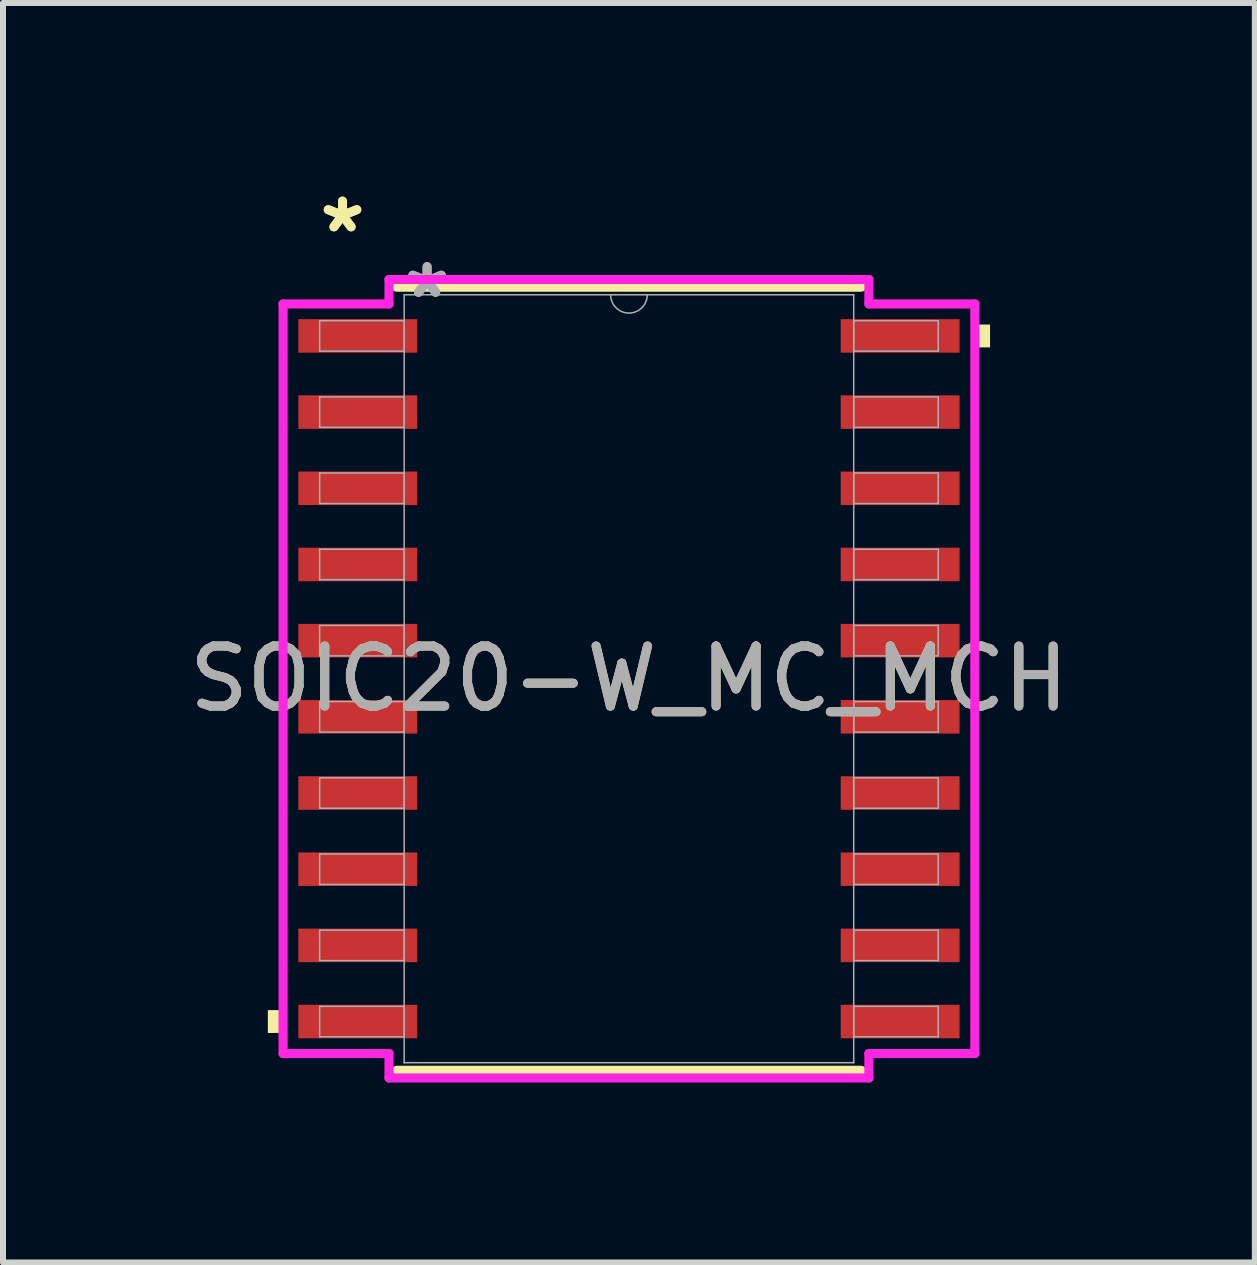
<source format=kicad_pcb>
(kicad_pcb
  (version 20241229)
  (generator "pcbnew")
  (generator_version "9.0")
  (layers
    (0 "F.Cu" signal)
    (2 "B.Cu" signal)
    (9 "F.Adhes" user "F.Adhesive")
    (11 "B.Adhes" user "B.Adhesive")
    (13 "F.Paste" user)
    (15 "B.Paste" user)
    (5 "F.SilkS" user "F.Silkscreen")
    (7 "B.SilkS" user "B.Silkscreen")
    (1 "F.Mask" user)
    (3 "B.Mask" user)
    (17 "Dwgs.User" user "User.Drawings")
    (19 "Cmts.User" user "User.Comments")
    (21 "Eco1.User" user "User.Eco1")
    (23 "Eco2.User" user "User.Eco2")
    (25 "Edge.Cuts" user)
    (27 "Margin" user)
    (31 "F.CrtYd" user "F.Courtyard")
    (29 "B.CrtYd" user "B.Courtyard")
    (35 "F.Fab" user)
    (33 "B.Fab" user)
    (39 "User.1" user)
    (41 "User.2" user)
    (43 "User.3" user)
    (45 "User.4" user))
  (footprint "SOIC20-W_MC_MCH"
    (layer "F.Cu")
    (at 7.435 8.265)
    (property "Reference" "SOIC20-W_MC_MCH" (at 0 0 0) (unlocked yes) (layer "F.SilkS") (effects (font (size 1 1) (thickness 0.15))))
    (attr smd)
    (fp_line (start -3.873 6.528) (end 3.873 6.528) (stroke (width 0.152) (type solid)) (layer "F.SilkS"))
    (fp_line (start 3.873 -6.528) (end -3.873 -6.528) (stroke (width 0.152) (type solid)) (layer "F.SilkS"))
    (fp_poly (pts (xy -6.02 5.524) (xy -6.02 5.905) (xy -5.766 5.905) (xy -5.766 5.524)) (stroke (width 0) (type solid)) (fill yes) (layer "F.SilkS"))
    (fp_poly (pts (xy 6.02 -5.905) (xy 6.02 -5.524) (xy 5.766 -5.524) (xy 5.766 -5.905)) (stroke (width 0) (type solid)) (fill yes) (layer "F.SilkS"))
    (fp_line (start -5.766 -6.248) (end -4 -6.248) (stroke (width 0.152) (type solid)) (layer "F.CrtYd"))
    (fp_line (start -5.766 6.248) (end -5.766 -6.248) (stroke (width 0.152) (type solid)) (layer "F.CrtYd"))
    (fp_line (start -5.766 6.248) (end -4 6.248) (stroke (width 0.152) (type solid)) (layer "F.CrtYd"))
    (fp_line (start -4 -6.655) (end 4 -6.655) (stroke (width 0.152) (type solid)) (layer "F.CrtYd"))
    (fp_line (start -4 -6.248) (end -4 -6.655) (stroke (width 0.152) (type solid)) (layer "F.CrtYd"))
    (fp_line (start -4 6.655) (end -4 6.248) (stroke (width 0.152) (type solid)) (layer "F.CrtYd"))
    (fp_line (start 4 -6.655) (end 4 -6.248) (stroke (width 0.152) (type solid)) (layer "F.CrtYd"))
    (fp_line (start 4 6.248) (end 4 6.655) (stroke (width 0.152) (type solid)) (layer "F.CrtYd"))
    (fp_line (start 4 6.655) (end -4 6.655) (stroke (width 0.152) (type solid)) (layer "F.CrtYd"))
    (fp_line (start 5.766 -6.248) (end 4 -6.248) (stroke (width 0.152) (type solid)) (layer "F.CrtYd"))
    (fp_line (start 5.766 -6.248) (end 5.766 6.248) (stroke (width 0.152) (type solid)) (layer "F.CrtYd"))
    (fp_line (start 5.766 6.248) (end 4 6.248) (stroke (width 0.152) (type solid)) (layer "F.CrtYd"))
    (fp_line (start -5.156 -5.969) (end -5.156 -5.461) (stroke (width 0.025) (type solid)) (layer "F.Fab"))
    (fp_line (start -5.156 -5.461) (end -3.747 -5.461) (stroke (width 0.025) (type solid)) (layer "F.Fab"))
    (fp_line (start -5.156 -4.699) (end -5.156 -4.191) (stroke (width 0.025) (type solid)) (layer "F.Fab"))
    (fp_line (start -5.156 -4.191) (end -3.747 -4.191) (stroke (width 0.025) (type solid)) (layer "F.Fab"))
    (fp_line (start -5.156 -3.429) (end -5.156 -2.921) (stroke (width 0.025) (type solid)) (layer "F.Fab"))
    (fp_line (start -5.156 -2.921) (end -3.747 -2.921) (stroke (width 0.025) (type solid)) (layer "F.Fab"))
    (fp_line (start -5.156 -2.159) (end -5.156 -1.651) (stroke (width 0.025) (type solid)) (layer "F.Fab"))
    (fp_line (start -5.156 -1.651) (end -3.747 -1.651) (stroke (width 0.025) (type solid)) (layer "F.Fab"))
    (fp_line (start -5.156 -0.889) (end -5.156 -0.381) (stroke (width 0.025) (type solid)) (layer "F.Fab"))
    (fp_line (start -5.156 -0.381) (end -3.747 -0.381) (stroke (width 0.025) (type solid)) (layer "F.Fab"))
    (fp_line (start -5.156 0.381) (end -5.156 0.889) (stroke (width 0.025) (type solid)) (layer "F.Fab"))
    (fp_line (start -5.156 0.889) (end -3.747 0.889) (stroke (width 0.025) (type solid)) (layer "F.Fab"))
    (fp_line (start -5.156 1.651) (end -5.156 2.159) (stroke (width 0.025) (type solid)) (layer "F.Fab"))
    (fp_line (start -5.156 2.159) (end -3.747 2.159) (stroke (width 0.025) (type solid)) (layer "F.Fab"))
    (fp_line (start -5.156 2.921) (end -5.156 3.429) (stroke (width 0.025) (type solid)) (layer "F.Fab"))
    (fp_line (start -5.156 3.429) (end -3.747 3.429) (stroke (width 0.025) (type solid)) (layer "F.Fab"))
    (fp_line (start -5.156 4.191) (end -5.156 4.699) (stroke (width 0.025) (type solid)) (layer "F.Fab"))
    (fp_line (start -5.156 4.699) (end -3.747 4.699) (stroke (width 0.025) (type solid)) (layer "F.Fab"))
    (fp_line (start -5.156 5.461) (end -5.156 5.969) (stroke (width 0.025) (type solid)) (layer "F.Fab"))
    (fp_line (start -5.156 5.969) (end -3.747 5.969) (stroke (width 0.025) (type solid)) (layer "F.Fab"))
    (fp_line (start -3.747 -6.401) (end -3.747 6.401) (stroke (width 0.025) (type solid)) (layer "F.Fab"))
    (fp_line (start -3.747 -5.969) (end -5.156 -5.969) (stroke (width 0.025) (type solid)) (layer "F.Fab"))
    (fp_line (start -3.747 -5.461) (end -3.747 -5.969) (stroke (width 0.025) (type solid)) (layer "F.Fab"))
    (fp_line (start -3.747 -4.699) (end -5.156 -4.699) (stroke (width 0.025) (type solid)) (layer "F.Fab"))
    (fp_line (start -3.747 -4.191) (end -3.747 -4.699) (stroke (width 0.025) (type solid)) (layer "F.Fab"))
    (fp_line (start -3.747 -3.429) (end -5.156 -3.429) (stroke (width 0.025) (type solid)) (layer "F.Fab"))
    (fp_line (start -3.747 -2.921) (end -3.747 -3.429) (stroke (width 0.025) (type solid)) (layer "F.Fab"))
    (fp_line (start -3.747 -2.159) (end -5.156 -2.159) (stroke (width 0.025) (type solid)) (layer "F.Fab"))
    (fp_line (start -3.747 -1.651) (end -3.747 -2.159) (stroke (width 0.025) (type solid)) (layer "F.Fab"))
    (fp_line (start -3.747 -0.889) (end -5.156 -0.889) (stroke (width 0.025) (type solid)) (layer "F.Fab"))
    (fp_line (start -3.747 -0.381) (end -3.747 -0.889) (stroke (width 0.025) (type solid)) (layer "F.Fab"))
    (fp_line (start -3.747 0.381) (end -5.156 0.381) (stroke (width 0.025) (type solid)) (layer "F.Fab"))
    (fp_line (start -3.747 0.889) (end -3.747 0.381) (stroke (width 0.025) (type solid)) (layer "F.Fab"))
    (fp_line (start -3.747 1.651) (end -5.156 1.651) (stroke (width 0.025) (type solid)) (layer "F.Fab"))
    (fp_line (start -3.747 2.159) (end -3.747 1.651) (stroke (width 0.025) (type solid)) (layer "F.Fab"))
    (fp_line (start -3.747 2.921) (end -5.156 2.921) (stroke (width 0.025) (type solid)) (layer "F.Fab"))
    (fp_line (start -3.747 3.429) (end -3.747 2.921) (stroke (width 0.025) (type solid)) (layer "F.Fab"))
    (fp_line (start -3.747 4.191) (end -5.156 4.191) (stroke (width 0.025) (type solid)) (layer "F.Fab"))
    (fp_line (start -3.747 4.699) (end -3.747 4.191) (stroke (width 0.025) (type solid)) (layer "F.Fab"))
    (fp_line (start -3.747 5.461) (end -5.156 5.461) (stroke (width 0.025) (type solid)) (layer "F.Fab"))
    (fp_line (start -3.747 5.969) (end -3.747 5.461) (stroke (width 0.025) (type solid)) (layer "F.Fab"))
    (fp_line (start -3.747 6.401) (end 3.747 6.401) (stroke (width 0.025) (type solid)) (layer "F.Fab"))
    (fp_line (start 3.747 -6.401) (end -3.747 -6.401) (stroke (width 0.025) (type solid)) (layer "F.Fab"))
    (fp_line (start 3.747 -5.969) (end 3.747 -5.461) (stroke (width 0.025) (type solid)) (layer "F.Fab"))
    (fp_line (start 3.747 -5.461) (end 5.156 -5.461) (stroke (width 0.025) (type solid)) (layer "F.Fab"))
    (fp_line (start 3.747 -4.699) (end 3.747 -4.191) (stroke (width 0.025) (type solid)) (layer "F.Fab"))
    (fp_line (start 3.747 -4.191) (end 5.156 -4.191) (stroke (width 0.025) (type solid)) (layer "F.Fab"))
    (fp_line (start 3.747 -3.429) (end 3.747 -2.921) (stroke (width 0.025) (type solid)) (layer "F.Fab"))
    (fp_line (start 3.747 -2.921) (end 5.156 -2.921) (stroke (width 0.025) (type solid)) (layer "F.Fab"))
    (fp_line (start 3.747 -2.159) (end 3.747 -1.651) (stroke (width 0.025) (type solid)) (layer "F.Fab"))
    (fp_line (start 3.747 -1.651) (end 5.156 -1.651) (stroke (width 0.025) (type solid)) (layer "F.Fab"))
    (fp_line (start 3.747 -0.889) (end 3.747 -0.381) (stroke (width 0.025) (type solid)) (layer "F.Fab"))
    (fp_line (start 3.747 -0.381) (end 5.156 -0.381) (stroke (width 0.025) (type solid)) (layer "F.Fab"))
    (fp_line (start 3.747 0.381) (end 3.747 0.889) (stroke (width 0.025) (type solid)) (layer "F.Fab"))
    (fp_line (start 3.747 0.889) (end 5.156 0.889) (stroke (width 0.025) (type solid)) (layer "F.Fab"))
    (fp_line (start 3.747 1.651) (end 3.747 2.159) (stroke (width 0.025) (type solid)) (layer "F.Fab"))
    (fp_line (start 3.747 2.159) (end 5.156 2.159) (stroke (width 0.025) (type solid)) (layer "F.Fab"))
    (fp_line (start 3.747 2.921) (end 3.747 3.429) (stroke (width 0.025) (type solid)) (layer "F.Fab"))
    (fp_line (start 3.747 3.429) (end 5.156 3.429) (stroke (width 0.025) (type solid)) (layer "F.Fab"))
    (fp_line (start 3.747 4.191) (end 3.747 4.699) (stroke (width 0.025) (type solid)) (layer "F.Fab"))
    (fp_line (start 3.747 4.699) (end 5.156 4.699) (stroke (width 0.025) (type solid)) (layer "F.Fab"))
    (fp_line (start 3.747 5.461) (end 3.747 5.969) (stroke (width 0.025) (type solid)) (layer "F.Fab"))
    (fp_line (start 3.747 5.969) (end 5.156 5.969) (stroke (width 0.025) (type solid)) (layer "F.Fab"))
    (fp_line (start 3.747 6.401) (end 3.747 -6.401) (stroke (width 0.025) (type solid)) (layer "F.Fab"))
    (fp_line (start 5.156 -5.969) (end 3.747 -5.969) (stroke (width 0.025) (type solid)) (layer "F.Fab"))
    (fp_line (start 5.156 -5.461) (end 5.156 -5.969) (stroke (width 0.025) (type solid)) (layer "F.Fab"))
    (fp_line (start 5.156 -4.699) (end 3.747 -4.699) (stroke (width 0.025) (type solid)) (layer "F.Fab"))
    (fp_line (start 5.156 -4.191) (end 5.156 -4.699) (stroke (width 0.025) (type solid)) (layer "F.Fab"))
    (fp_line (start 5.156 -3.429) (end 3.747 -3.429) (stroke (width 0.025) (type solid)) (layer "F.Fab"))
    (fp_line (start 5.156 -2.921) (end 5.156 -3.429) (stroke (width 0.025) (type solid)) (layer "F.Fab"))
    (fp_line (start 5.156 -2.159) (end 3.747 -2.159) (stroke (width 0.025) (type solid)) (layer "F.Fab"))
    (fp_line (start 5.156 -1.651) (end 5.156 -2.159) (stroke (width 0.025) (type solid)) (layer "F.Fab"))
    (fp_line (start 5.156 -0.889) (end 3.747 -0.889) (stroke (width 0.025) (type solid)) (layer "F.Fab"))
    (fp_line (start 5.156 -0.381) (end 5.156 -0.889) (stroke (width 0.025) (type solid)) (layer "F.Fab"))
    (fp_line (start 5.156 0.381) (end 3.747 0.381) (stroke (width 0.025) (type solid)) (layer "F.Fab"))
    (fp_line (start 5.156 0.889) (end 5.156 0.381) (stroke (width 0.025) (type solid)) (layer "F.Fab"))
    (fp_line (start 5.156 1.651) (end 3.747 1.651) (stroke (width 0.025) (type solid)) (layer "F.Fab"))
    (fp_line (start 5.156 2.159) (end 5.156 1.651) (stroke (width 0.025) (type solid)) (layer "F.Fab"))
    (fp_line (start 5.156 2.921) (end 3.747 2.921) (stroke (width 0.025) (type solid)) (layer "F.Fab"))
    (fp_line (start 5.156 3.429) (end 5.156 2.921) (stroke (width 0.025) (type solid)) (layer "F.Fab"))
    (fp_line (start 5.156 4.191) (end 3.747 4.191) (stroke (width 0.025) (type solid)) (layer "F.Fab"))
    (fp_line (start 5.156 4.699) (end 5.156 4.191) (stroke (width 0.025) (type solid)) (layer "F.Fab"))
    (fp_line (start 5.156 5.461) (end 3.747 5.461) (stroke (width 0.025) (type solid)) (layer "F.Fab"))
    (fp_line (start 5.156 5.969) (end 5.156 5.461) (stroke (width 0.025) (type solid)) (layer "F.Fab"))
    (fp_arc (start 0.3048 -6.4008) (mid 0 -6.096) (end -0.3048 -6.4008) (stroke (width 0.0254) (type solid)) (layer "F.Fab"))
    (fp_text user "*" (at -4.775 -7.417 0) (layer "F.SilkS") (effects (font (size 1 1) (thickness 0.15))))
    (fp_text user "*" (at -4.775 -7.417 0) (unlocked yes) (layer "F.SilkS") (effects (font (size 1 1) (thickness 0.15))))
    (fp_text user "${REFERENCE}" (at 0 0 0) (unlocked yes) (layer "F.Fab") (effects (font (size 1 1) (thickness 0.15))))
    (fp_text user "*" (at -3.365 -6.325 0) (unlocked yes) (layer "F.Fab") (effects (font (size 1 1) (thickness 0.15))))
    (fp_text user "*" (at -3.365 -6.325 0) (layer "F.Fab") (effects (font (size 1 1) (thickness 0.15))))
    (pad "1" smd rect (at -4.521 -5.715) (size 1.981 0.559) (layers "F.Cu" "F.Mask" "F.Paste"))
    (pad "2" smd rect (at -4.521 -4.445) (size 1.981 0.559) (layers "F.Cu" "F.Mask" "F.Paste"))
    (pad "3" smd rect (at -4.521 -3.175) (size 1.981 0.559) (layers "F.Cu" "F.Mask" "F.Paste"))
    (pad "4" smd rect (at -4.521 -1.905) (size 1.981 0.559) (layers "F.Cu" "F.Mask" "F.Paste"))
    (pad "5" smd rect (at -4.521 -0.635) (size 1.981 0.559) (layers "F.Cu" "F.Mask" "F.Paste"))
    (pad "6" smd rect (at -4.521 0.635) (size 1.981 0.559) (layers "F.Cu" "F.Mask" "F.Paste"))
    (pad "7" smd rect (at -4.521 1.905) (size 1.981 0.559) (layers "F.Cu" "F.Mask" "F.Paste"))
    (pad "8" smd rect (at -4.521 3.175) (size 1.981 0.559) (layers "F.Cu" "F.Mask" "F.Paste"))
    (pad "9" smd rect (at -4.521 4.445) (size 1.981 0.559) (layers "F.Cu" "F.Mask" "F.Paste"))
    (pad "10" smd rect (at -4.521 5.715) (size 1.981 0.559) (layers "F.Cu" "F.Mask" "F.Paste"))
    (pad "11" smd rect (at 4.521 5.715) (size 1.981 0.559) (layers "F.Cu" "F.Mask" "F.Paste"))
    (pad "12" smd rect (at 4.521 4.445) (size 1.981 0.559) (layers "F.Cu" "F.Mask" "F.Paste"))
    (pad "13" smd rect (at 4.521 3.175) (size 1.981 0.559) (layers "F.Cu" "F.Mask" "F.Paste"))
    (pad "14" smd rect (at 4.521 1.905) (size 1.981 0.559) (layers "F.Cu" "F.Mask" "F.Paste"))
    (pad "15" smd rect (at 4.521 0.635) (size 1.981 0.559) (layers "F.Cu" "F.Mask" "F.Paste"))
    (pad "16" smd rect (at 4.521 -0.635) (size 1.981 0.559) (layers "F.Cu" "F.Mask" "F.Paste"))
    (pad "17" smd rect (at 4.521 -1.905) (size 1.981 0.559) (layers "F.Cu" "F.Mask" "F.Paste"))
    (pad "18" smd rect (at 4.521 -3.175) (size 1.981 0.559) (layers "F.Cu" "F.Mask" "F.Paste"))
    (pad "19" smd rect (at 4.521 -4.445) (size 1.981 0.559) (layers "F.Cu" "F.Mask" "F.Paste"))
    (pad "20" smd rect (at 4.521 -5.715) (size 1.981 0.559) (layers "F.Cu" "F.Mask" "F.Paste")))
  (gr_rect
    (start -3 -3)
    (end 17.869 17.996)
    (stroke (width 0.1) (type default))
    (fill no)
    (layer "Edge.Cuts")))
</source>
